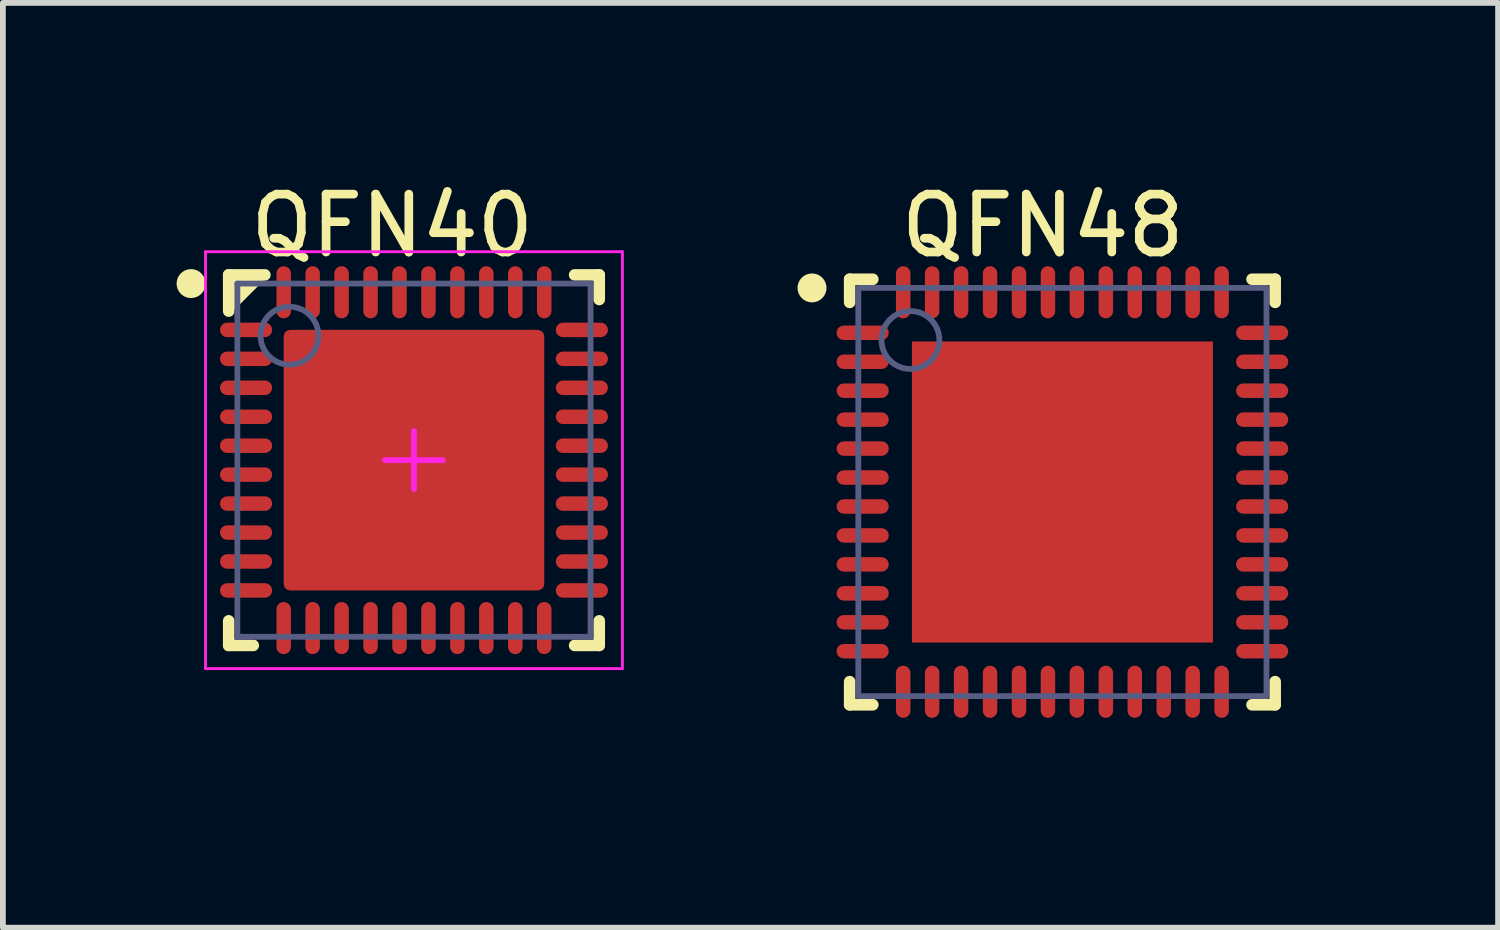
<source format=kicad_pcb>
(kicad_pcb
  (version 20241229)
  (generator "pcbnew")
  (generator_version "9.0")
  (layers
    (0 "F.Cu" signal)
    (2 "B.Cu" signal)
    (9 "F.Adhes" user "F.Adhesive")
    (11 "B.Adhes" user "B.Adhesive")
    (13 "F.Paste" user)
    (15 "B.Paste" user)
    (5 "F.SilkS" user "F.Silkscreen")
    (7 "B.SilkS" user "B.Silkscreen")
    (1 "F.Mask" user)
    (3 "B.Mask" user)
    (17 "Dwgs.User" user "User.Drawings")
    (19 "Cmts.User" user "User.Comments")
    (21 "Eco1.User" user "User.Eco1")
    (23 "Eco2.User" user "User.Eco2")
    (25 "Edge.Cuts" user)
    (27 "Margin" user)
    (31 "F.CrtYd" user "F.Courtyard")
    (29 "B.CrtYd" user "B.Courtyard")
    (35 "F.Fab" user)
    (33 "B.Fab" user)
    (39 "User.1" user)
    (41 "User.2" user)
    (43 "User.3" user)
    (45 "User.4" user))
  (footprint "QFN40"
    (layer "F.Cu")
    (at 4.1 4.898)
    (property "Reference" "QFN40" (at -0.375 -4.05 0) (layer "F.SilkS") (effects (font (size 1 1) (thickness 0.15))))
    (fp_line (start -3.2 -3.2) (end -2.575 -3.2) (stroke (width 0.2) (type solid)) (layer "F.SilkS"))
    (fp_line (start -3.2 -2.575) (end -3.2 -3.2) (stroke (width 0.2) (type solid)) (layer "F.SilkS"))
    (fp_line (start -3.2 3.2) (end -3.2 2.775) (stroke (width 0.2) (type solid)) (layer "F.SilkS"))
    (fp_line (start -3.2 3.2) (end -2.775 3.2) (stroke (width 0.2) (type solid)) (layer "F.SilkS"))
    (fp_line (start 2.775 -3.2) (end 3.2 -3.2) (stroke (width 0.2) (type solid)) (layer "F.SilkS"))
    (fp_line (start 2.775 3.2) (end 3.2 3.2) (stroke (width 0.2) (type solid)) (layer "F.SilkS"))
    (fp_line (start 3.2 -2.775) (end 3.2 -3.2) (stroke (width 0.2) (type solid)) (layer "F.SilkS"))
    (fp_line (start 3.2 3.2) (end 3.2 2.775) (stroke (width 0.2) (type solid)) (layer "F.SilkS"))
    (fp_circle (center -3.85 -3.05) (end -3.85 -3.175) (stroke (width 0.25) (type solid)) (fill no) (layer "F.SilkS"))
    (fp_poly (pts (xy -2.499 -3.2) (xy -3.2 -2.499) (xy -3.2 -3.2)) (stroke (width 0) (type default)) (fill yes) (layer "F.SilkS"))
    (fp_line (start -3.6 -3.6) (end 3.6 -3.6) (stroke (width 0.05) (type solid)) (layer "F.CrtYd"))
    (fp_line (start -3.6 3.6) (end -3.6 -3.6) (stroke (width 0.05) (type solid)) (layer "F.CrtYd"))
    (fp_line (start -3.6 3.6) (end 3.6 3.6) (stroke (width 0.05) (type solid)) (layer "F.CrtYd"))
    (fp_line (start -0.5 0) (end 0.5 0) (stroke (width 0.1) (type solid)) (layer "F.CrtYd"))
    (fp_line (start 0 0.5) (end 0 -0.5) (stroke (width 0.1) (type solid)) (layer "F.CrtYd"))
    (fp_line (start 3.6 3.6) (end 3.6 -3.6) (stroke (width 0.05) (type solid)) (layer "F.CrtYd"))
    (fp_line (start -3.05 -3.05) (end 3.05 -3.05) (stroke (width 0.1) (type solid)) (layer "B.Fab"))
    (fp_line (start -3.05 3.05) (end -3.05 -3.05) (stroke (width 0.1) (type solid)) (layer "B.Fab"))
    (fp_line (start -3.05 3.05) (end 3.05 3.05) (stroke (width 0.1) (type solid)) (layer "B.Fab"))
    (fp_line (start 3.05 3.05) (end 3.05 -3.05) (stroke (width 0.1) (type solid)) (layer "B.Fab"))
    (fp_circle (center -2.15 -2.15) (end -2.15 -2.65) (stroke (width 0.1) (type solid)) (fill no) (layer "B.Fab"))
    (pad "1" smd oval (at -2.9 -2.25 90) (size 0.25 0.9) (layers "F.Cu" "F.Mask" "F.Paste"))
    (pad "2" smd oval (at -2.9 -1.75 90) (size 0.25 0.9) (layers "F.Cu" "F.Mask" "F.Paste"))
    (pad "3" smd oval (at -2.9 -1.25 90) (size 0.25 0.9) (layers "F.Cu" "F.Mask" "F.Paste"))
    (pad "4" smd oval (at -2.9 -0.75 90) (size 0.25 0.9) (layers "F.Cu" "F.Mask" "F.Paste"))
    (pad "5" smd oval (at -2.9 -0.25 90) (size 0.25 0.9) (layers "F.Cu" "F.Mask" "F.Paste"))
    (pad "6" smd oval (at -2.9 0.25 90) (size 0.25 0.9) (layers "F.Cu" "F.Mask" "F.Paste"))
    (pad "7" smd oval (at -2.9 0.75 90) (size 0.25 0.9) (layers "F.Cu" "F.Mask" "F.Paste"))
    (pad "8" smd oval (at -2.9 1.25 90) (size 0.25 0.9) (layers "F.Cu" "F.Mask" "F.Paste"))
    (pad "9" smd oval (at -2.9 1.75 90) (size 0.25 0.9) (layers "F.Cu" "F.Mask" "F.Paste"))
    (pad "10" smd oval (at -2.9 2.25 90) (size 0.25 0.9) (layers "F.Cu" "F.Mask" "F.Paste"))
    (pad "11" smd oval (at -2.25 2.9) (size 0.25 0.9) (layers "F.Cu" "F.Mask" "F.Paste"))
    (pad "12" smd oval (at -1.75 2.9) (size 0.25 0.9) (layers "F.Cu" "F.Mask" "F.Paste"))
    (pad "13" smd oval (at -1.25 2.9) (size 0.25 0.9) (layers "F.Cu" "F.Mask" "F.Paste"))
    (pad "14" smd oval (at -0.75 2.9) (size 0.25 0.9) (layers "F.Cu" "F.Mask" "F.Paste"))
    (pad "15" smd oval (at -0.25 2.9) (size 0.25 0.9) (layers "F.Cu" "F.Mask" "F.Paste"))
    (pad "16" smd oval (at 0.25 2.9) (size 0.25 0.9) (layers "F.Cu" "F.Mask" "F.Paste"))
    (pad "17" smd oval (at 0.75 2.9) (size 0.25 0.9) (layers "F.Cu" "F.Mask" "F.Paste"))
    (pad "18" smd oval (at 1.25 2.9) (size 0.25 0.9) (layers "F.Cu" "F.Mask" "F.Paste"))
    (pad "19" smd oval (at 1.75 2.9) (size 0.25 0.9) (layers "F.Cu" "F.Mask" "F.Paste"))
    (pad "20" smd oval (at 2.25 2.9) (size 0.25 0.9) (layers "F.Cu" "F.Mask" "F.Paste"))
    (pad "21" smd oval (at 2.9 2.25 90) (size 0.25 0.9) (layers "F.Cu" "F.Mask" "F.Paste"))
    (pad "22" smd oval (at 2.9 1.75 90) (size 0.25 0.9) (layers "F.Cu" "F.Mask" "F.Paste"))
    (pad "23" smd oval (at 2.9 1.25 90) (size 0.25 0.9) (layers "F.Cu" "F.Mask" "F.Paste"))
    (pad "24" smd oval (at 2.9 0.75 90) (size 0.25 0.9) (layers "F.Cu" "F.Mask" "F.Paste"))
    (pad "25" smd oval (at 2.9 0.25 90) (size 0.25 0.9) (layers "F.Cu" "F.Mask" "F.Paste"))
    (pad "26" smd oval (at 2.9 -0.25 90) (size 0.25 0.9) (layers "F.Cu" "F.Mask" "F.Paste"))
    (pad "27" smd oval (at 2.9 -0.75 90) (size 0.25 0.9) (layers "F.Cu" "F.Mask" "F.Paste"))
    (pad "28" smd oval (at 2.9 -1.25 90) (size 0.25 0.9) (layers "F.Cu" "F.Mask" "F.Paste"))
    (pad "29" smd oval (at 2.9 -1.75 90) (size 0.25 0.9) (layers "F.Cu" "F.Mask" "F.Paste"))
    (pad "30" smd oval (at 2.9 -2.25 90) (size 0.25 0.9) (layers "F.Cu" "F.Mask" "F.Paste"))
    (pad "31" smd oval (at 2.25 -2.9) (size 0.25 0.9) (layers "F.Cu" "F.Mask" "F.Paste"))
    (pad "32" smd oval (at 1.75 -2.9) (size 0.25 0.9) (layers "F.Cu" "F.Mask" "F.Paste"))
    (pad "33" smd oval (at 1.25 -2.9) (size 0.25 0.9) (layers "F.Cu" "F.Mask" "F.Paste"))
    (pad "34" smd oval (at 0.75 -2.9) (size 0.25 0.9) (layers "F.Cu" "F.Mask" "F.Paste"))
    (pad "35" smd oval (at 0.25 -2.9) (size 0.25 0.9) (layers "F.Cu" "F.Mask" "F.Paste"))
    (pad "36" smd oval (at -0.25 -2.9) (size 0.25 0.9) (layers "F.Cu" "F.Mask" "F.Paste"))
    (pad "37" smd oval (at -0.75 -2.9) (size 0.25 0.9) (layers "F.Cu" "F.Mask" "F.Paste"))
    (pad "38" smd oval (at -1.25 -2.9) (size 0.25 0.9) (layers "F.Cu" "F.Mask" "F.Paste"))
    (pad "39" smd oval (at -1.75 -2.9) (size 0.25 0.9) (layers "F.Cu" "F.Mask" "F.Paste"))
    (pad "40" smd oval (at -2.25 -2.9) (size 0.25 0.9) (layers "F.Cu" "F.Mask" "F.Paste"))
    (pad "41" smd roundrect (at 0 0) (size 4.5 4.5) (layers "F.Cu" "F.Mask" "F.Paste") (roundrect_rratio 0.025)))
  (footprint "QFN48"
    (layer "F.Cu")
    (at 15.3 5.448)
    (property "Reference" "QFN48" (at -0.338 -4.6 0) (layer "F.SilkS") (effects (font (size 1 1) (thickness 0.15))))
    (fp_line (start -3.675 -3.675) (end -3.275 -3.675) (stroke (width 0.2) (type solid)) (layer "F.SilkS"))
    (fp_line (start -3.675 -3.275) (end -3.675 -3.675) (stroke (width 0.2) (type solid)) (layer "F.SilkS"))
    (fp_line (start -3.675 3.675) (end -3.675 3.275) (stroke (width 0.2) (type solid)) (layer "F.SilkS"))
    (fp_line (start -3.675 3.675) (end -3.275 3.675) (stroke (width 0.2) (type solid)) (layer "F.SilkS"))
    (fp_line (start 3.275 -3.675) (end 3.675 -3.675) (stroke (width 0.2) (type solid)) (layer "F.SilkS"))
    (fp_line (start 3.275 3.675) (end 3.675 3.675) (stroke (width 0.2) (type solid)) (layer "F.SilkS"))
    (fp_line (start 3.675 -3.275) (end 3.675 -3.675) (stroke (width 0.2) (type solid)) (layer "F.SilkS"))
    (fp_line (start 3.675 3.675) (end 3.675 3.275) (stroke (width 0.2) (type solid)) (layer "F.SilkS"))
    (fp_circle (center -4.325 -3.525) (end -4.325 -3.65) (stroke (width 0.25) (type solid)) (fill no) (layer "F.SilkS"))
    (fp_line (start -4.5 -4.5) (end 4.5 -4.5) (stroke (width 0.05) (type solid)) (layer "Eco2.User"))
    (fp_line (start -4.5 4.5) (end -4.5 -4.5) (stroke (width 0.05) (type solid)) (layer "Eco2.User"))
    (fp_line (start -4.5 4.5) (end 4.5 4.5) (stroke (width 0.05) (type solid)) (layer "Eco2.User"))
    (fp_line (start -0.5 0) (end 0.5 0) (stroke (width 0.1) (type solid)) (layer "Eco2.User"))
    (fp_line (start 0 0.5) (end 0 -0.5) (stroke (width 0.1) (type solid)) (layer "Eco2.User"))
    (fp_line (start 4.5 4.5) (end 4.5 -4.5) (stroke (width 0.05) (type solid)) (layer "Eco2.User"))
    (fp_line (start -3.525 -3.525) (end 3.525 -3.525) (stroke (width 0.1) (type solid)) (layer "B.Fab"))
    (fp_line (start -3.525 3.525) (end -3.525 -3.525) (stroke (width 0.1) (type solid)) (layer "B.Fab"))
    (fp_line (start -3.525 3.525) (end 3.525 3.525) (stroke (width 0.1) (type solid)) (layer "B.Fab"))
    (fp_line (start 3.525 3.525) (end 3.525 -3.525) (stroke (width 0.1) (type solid)) (layer "B.Fab"))
    (fp_circle (center -2.625 -2.625) (end -2.625 -3.125) (stroke (width 0.1) (type solid)) (fill no) (layer "B.Fab"))
    (pad "1" smd oval (at -3.45 -2.75 90) (size 0.25 0.9) (layers "F.Cu" "F.Mask" "F.Paste"))
    (pad "2" smd oval (at -3.45 -2.25 90) (size 0.25 0.9) (layers "F.Cu" "F.Mask" "F.Paste"))
    (pad "3" smd oval (at -3.45 -1.75 90) (size 0.25 0.9) (layers "F.Cu" "F.Mask" "F.Paste"))
    (pad "4" smd oval (at -3.45 -1.25 90) (size 0.25 0.9) (layers "F.Cu" "F.Mask" "F.Paste"))
    (pad "5" smd oval (at -3.45 -0.75 90) (size 0.25 0.9) (layers "F.Cu" "F.Mask" "F.Paste"))
    (pad "6" smd oval (at -3.45 -0.25 90) (size 0.25 0.9) (layers "F.Cu" "F.Mask" "F.Paste"))
    (pad "7" smd oval (at -3.45 0.25 90) (size 0.25 0.9) (layers "F.Cu" "F.Mask" "F.Paste"))
    (pad "8" smd oval (at -3.45 0.75 90) (size 0.25 0.9) (layers "F.Cu" "F.Mask" "F.Paste"))
    (pad "9" smd oval (at -3.45 1.25 90) (size 0.25 0.9) (layers "F.Cu" "F.Mask" "F.Paste"))
    (pad "10" smd oval (at -3.45 1.75 90) (size 0.25 0.9) (layers "F.Cu" "F.Mask" "F.Paste"))
    (pad "11" smd oval (at -3.45 2.25 90) (size 0.25 0.9) (layers "F.Cu" "F.Mask" "F.Paste"))
    (pad "12" smd oval (at -3.45 2.75 90) (size 0.25 0.9) (layers "F.Cu" "F.Mask" "F.Paste"))
    (pad "13" smd oval (at -2.75 3.45) (size 0.25 0.9) (layers "F.Cu" "F.Mask" "F.Paste"))
    (pad "14" smd oval (at -2.25 3.45) (size 0.25 0.9) (layers "F.Cu" "F.Mask" "F.Paste"))
    (pad "15" smd oval (at -1.75 3.45) (size 0.25 0.9) (layers "F.Cu" "F.Mask" "F.Paste"))
    (pad "16" smd oval (at -1.25 3.45) (size 0.25 0.9) (layers "F.Cu" "F.Mask" "F.Paste"))
    (pad "17" smd oval (at -0.75 3.45) (size 0.25 0.9) (layers "F.Cu" "F.Mask" "F.Paste"))
    (pad "18" smd oval (at -0.25 3.45) (size 0.25 0.9) (layers "F.Cu" "F.Mask" "F.Paste"))
    (pad "19" smd oval (at 0.25 3.45) (size 0.25 0.9) (layers "F.Cu" "F.Mask" "F.Paste"))
    (pad "20" smd oval (at 0.75 3.45) (size 0.25 0.9) (layers "F.Cu" "F.Mask" "F.Paste"))
    (pad "21" smd oval (at 1.25 3.45) (size 0.25 0.9) (layers "F.Cu" "F.Mask" "F.Paste"))
    (pad "22" smd oval (at 1.75 3.45) (size 0.25 0.9) (layers "F.Cu" "F.Mask" "F.Paste"))
    (pad "23" smd oval (at 2.25 3.45) (size 0.25 0.9) (layers "F.Cu" "F.Mask" "F.Paste"))
    (pad "24" smd oval (at 2.75 3.45) (size 0.25 0.9) (layers "F.Cu" "F.Mask" "F.Paste"))
    (pad "25" smd oval (at 3.45 2.75 90) (size 0.25 0.9) (layers "F.Cu" "F.Mask" "F.Paste"))
    (pad "26" smd oval (at 3.45 2.25 90) (size 0.25 0.9) (layers "F.Cu" "F.Mask" "F.Paste"))
    (pad "27" smd oval (at 3.45 1.75 90) (size 0.25 0.9) (layers "F.Cu" "F.Mask" "F.Paste"))
    (pad "28" smd oval (at 3.45 1.25 90) (size 0.25 0.9) (layers "F.Cu" "F.Mask" "F.Paste"))
    (pad "29" smd oval (at 3.45 0.75 90) (size 0.25 0.9) (layers "F.Cu" "F.Mask" "F.Paste"))
    (pad "30" smd oval (at 3.45 0.25 90) (size 0.25 0.9) (layers "F.Cu" "F.Mask" "F.Paste"))
    (pad "31" smd oval (at 3.45 -0.25 90) (size 0.25 0.9) (layers "F.Cu" "F.Mask" "F.Paste"))
    (pad "32" smd oval (at 3.45 -0.75 90) (size 0.25 0.9) (layers "F.Cu" "F.Mask" "F.Paste"))
    (pad "33" smd oval (at 3.45 -1.25 90) (size 0.25 0.9) (layers "F.Cu" "F.Mask" "F.Paste"))
    (pad "34" smd oval (at 3.45 -1.75 90) (size 0.25 0.9) (layers "F.Cu" "F.Mask" "F.Paste"))
    (pad "35" smd oval (at 3.45 -2.25 90) (size 0.25 0.9) (layers "F.Cu" "F.Mask" "F.Paste"))
    (pad "36" smd oval (at 3.45 -2.75 90) (size 0.25 0.9) (layers "F.Cu" "F.Mask" "F.Paste"))
    (pad "37" smd oval (at 2.75 -3.45) (size 0.25 0.9) (layers "F.Cu" "F.Mask" "F.Paste"))
    (pad "38" smd oval (at 2.25 -3.45) (size 0.25 0.9) (layers "F.Cu" "F.Mask" "F.Paste"))
    (pad "39" smd oval (at 1.75 -3.45) (size 0.25 0.9) (layers "F.Cu" "F.Mask" "F.Paste"))
    (pad "40" smd oval (at 1.25 -3.45) (size 0.25 0.9) (layers "F.Cu" "F.Mask" "F.Paste"))
    (pad "41" smd oval (at 0.75 -3.45) (size 0.25 0.9) (layers "F.Cu" "F.Mask" "F.Paste"))
    (pad "42" smd oval (at 0.25 -3.45) (size 0.25 0.9) (layers "F.Cu" "F.Mask" "F.Paste"))
    (pad "43" smd oval (at -0.25 -3.45) (size 0.25 0.9) (layers "F.Cu" "F.Mask" "F.Paste"))
    (pad "44" smd oval (at -0.75 -3.45) (size 0.25 0.9) (layers "F.Cu" "F.Mask" "F.Paste"))
    (pad "45" smd oval (at -1.25 -3.45) (size 0.25 0.9) (layers "F.Cu" "F.Mask" "F.Paste"))
    (pad "46" smd oval (at -1.75 -3.45) (size 0.25 0.9) (layers "F.Cu" "F.Mask" "F.Paste"))
    (pad "47" smd oval (at -2.25 -3.45) (size 0.25 0.9) (layers "F.Cu" "F.Mask" "F.Paste"))
    (pad "48" smd oval (at -2.75 -3.45) (size 0.25 0.9) (layers "F.Cu" "F.Mask" "F.Paste"))
    (pad "49" smd rect (at 0 0) (size 5.2 5.2) (layers "F.Cu" "F.Mask" "F.Paste")))
  (gr_rect
    (start -3 -3)
    (end 22.825 12.973)
    (stroke (width 0.1) (type default))
    (fill no)
    (layer "Edge.Cuts")))
</source>
